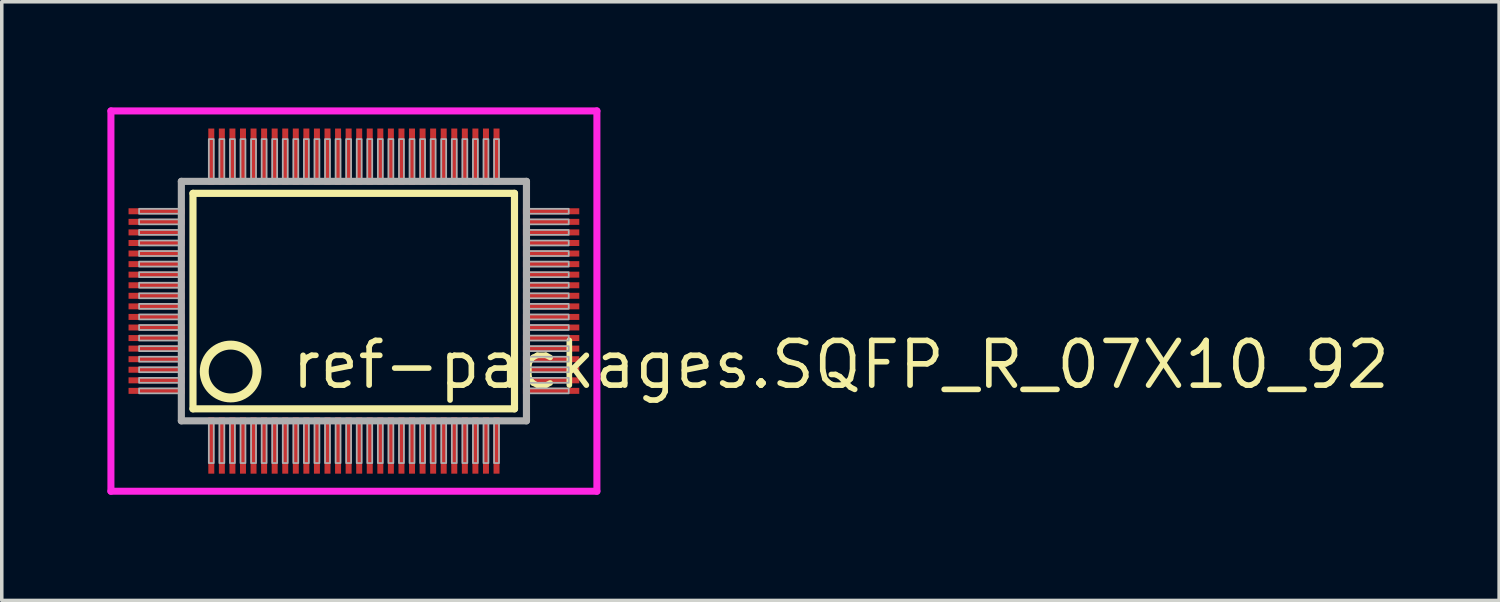
<source format=kicad_pcb>
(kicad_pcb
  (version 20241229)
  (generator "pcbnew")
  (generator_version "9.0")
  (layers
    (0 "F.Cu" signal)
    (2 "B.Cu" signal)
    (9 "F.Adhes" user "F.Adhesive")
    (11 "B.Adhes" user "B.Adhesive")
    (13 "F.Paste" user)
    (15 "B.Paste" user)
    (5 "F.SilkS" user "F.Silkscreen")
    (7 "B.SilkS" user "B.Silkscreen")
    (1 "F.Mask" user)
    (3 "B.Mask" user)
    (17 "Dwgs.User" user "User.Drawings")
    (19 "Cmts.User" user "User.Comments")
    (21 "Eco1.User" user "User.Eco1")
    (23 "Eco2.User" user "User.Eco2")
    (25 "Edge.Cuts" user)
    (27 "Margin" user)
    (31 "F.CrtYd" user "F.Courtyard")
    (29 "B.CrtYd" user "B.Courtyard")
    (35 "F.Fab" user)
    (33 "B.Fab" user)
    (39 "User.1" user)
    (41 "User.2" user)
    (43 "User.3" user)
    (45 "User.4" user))
  (footprint "ref-packages.SQFP_R_07X10_92"
    (layer "F.Cu")
    (at 7 5.5)
    (property "Reference" "ref-packages.SQFP_R_07X10_92" (at -1.85 2.55 0) (layer "F.SilkS") (effects (font (size 1.27 1.27) (thickness 0.16)) (justify left bottom)))
    (attr smd)
    (fp_line (start -4.57 -3.06) (end 4.56 -3.06) (stroke (width 0.203) (type default)) (layer "F.SilkS"))
    (fp_line (start -4.57 3.06) (end -4.57 -3.06) (stroke (width 0.203) (type default)) (layer "F.SilkS"))
    (fp_line (start 4.56 -3.06) (end 4.56 3.06) (stroke (width 0.203) (type default)) (layer "F.SilkS"))
    (fp_line (start 4.56 3.06) (end -4.57 3.06) (stroke (width 0.203) (type default)) (layer "F.SilkS"))
    (fp_circle (center -3.5 2) (end -2.75 2) (stroke (width 0.254) (type default)) (fill no) (layer "F.SilkS"))
    (fp_line (start -6.9 -5.4) (end 6.9 -5.4) (stroke (width 0.2) (type default)) (layer "F.CrtYd"))
    (fp_line (start -6.9 5.4) (end -6.9 -5.4) (stroke (width 0.2) (type default)) (layer "F.CrtYd"))
    (fp_line (start 6.9 -5.4) (end 6.9 5.4) (stroke (width 0.2) (type default)) (layer "F.CrtYd"))
    (fp_line (start 6.9 5.4) (end -6.9 5.4) (stroke (width 0.2) (type default)) (layer "F.CrtYd"))
    (fp_line (start -4.9 -3.4) (end -4.9 3.4) (stroke (width 0.203) (type default)) (layer "F.Fab"))
    (fp_line (start -4.9 3.4) (end 4.9 3.4) (stroke (width 0.203) (type default)) (layer "F.Fab"))
    (fp_line (start 4.9 -3.4) (end -4.9 -3.4) (stroke (width 0.203) (type default)) (layer "F.Fab"))
    (fp_line (start 4.9 3.4) (end 4.9 -3.4) (stroke (width 0.203) (type default)) (layer "F.Fab"))
    (fp_rect (start -6.1 -2.48) (end -4.95 -2.62) (stroke (width 0.05) (type default)) (fill no) (layer "F.Fab"))
    (fp_rect (start -6.1 -2.18) (end -4.95 -2.32) (stroke (width 0.05) (type default)) (fill no) (layer "F.Fab"))
    (fp_rect (start -6.1 -1.88) (end -4.95 -2.02) (stroke (width 0.05) (type default)) (fill no) (layer "F.Fab"))
    (fp_rect (start -6.1 -1.58) (end -4.95 -1.72) (stroke (width 0.05) (type default)) (fill no) (layer "F.Fab"))
    (fp_rect (start -6.1 -1.28) (end -4.95 -1.42) (stroke (width 0.05) (type default)) (fill no) (layer "F.Fab"))
    (fp_rect (start -6.1 -0.98) (end -4.95 -1.12) (stroke (width 0.05) (type default)) (fill no) (layer "F.Fab"))
    (fp_rect (start -6.1 -0.68) (end -4.95 -0.82) (stroke (width 0.05) (type default)) (fill no) (layer "F.Fab"))
    (fp_rect (start -6.1 -0.38) (end -4.95 -0.52) (stroke (width 0.05) (type default)) (fill no) (layer "F.Fab"))
    (fp_rect (start -6.1 -0.08) (end -4.95 -0.22) (stroke (width 0.05) (type default)) (fill no) (layer "F.Fab"))
    (fp_rect (start -6.1 0.22) (end -4.95 0.08) (stroke (width 0.05) (type default)) (fill no) (layer "F.Fab"))
    (fp_rect (start -6.1 0.52) (end -4.95 0.38) (stroke (width 0.05) (type default)) (fill no) (layer "F.Fab"))
    (fp_rect (start -6.1 0.82) (end -4.95 0.68) (stroke (width 0.05) (type default)) (fill no) (layer "F.Fab"))
    (fp_rect (start -6.1 1.12) (end -4.95 0.98) (stroke (width 0.05) (type default)) (fill no) (layer "F.Fab"))
    (fp_rect (start -6.1 1.42) (end -4.95 1.28) (stroke (width 0.05) (type default)) (fill no) (layer "F.Fab"))
    (fp_rect (start -6.1 1.72) (end -4.95 1.58) (stroke (width 0.05) (type default)) (fill no) (layer "F.Fab"))
    (fp_rect (start -6.1 2.02) (end -4.95 1.88) (stroke (width 0.05) (type default)) (fill no) (layer "F.Fab"))
    (fp_rect (start -6.1 2.32) (end -4.95 2.18) (stroke (width 0.05) (type default)) (fill no) (layer "F.Fab"))
    (fp_rect (start -6.1 2.62) (end -4.95 2.48) (stroke (width 0.05) (type default)) (fill no) (layer "F.Fab"))
    (fp_rect (start -4.12 -3.45) (end -3.98 -4.6) (stroke (width 0.05) (type default)) (fill no) (layer "F.Fab"))
    (fp_rect (start -4.12 4.6) (end -3.98 3.45) (stroke (width 0.05) (type default)) (fill no) (layer "F.Fab"))
    (fp_rect (start -3.82 -3.45) (end -3.68 -4.6) (stroke (width 0.05) (type default)) (fill no) (layer "F.Fab"))
    (fp_rect (start -3.82 4.6) (end -3.68 3.45) (stroke (width 0.05) (type default)) (fill no) (layer "F.Fab"))
    (fp_rect (start -3.52 -3.45) (end -3.38 -4.6) (stroke (width 0.05) (type default)) (fill no) (layer "F.Fab"))
    (fp_rect (start -3.52 4.6) (end -3.38 3.45) (stroke (width 0.05) (type default)) (fill no) (layer "F.Fab"))
    (fp_rect (start -3.22 -3.45) (end -3.08 -4.6) (stroke (width 0.05) (type default)) (fill no) (layer "F.Fab"))
    (fp_rect (start -3.22 4.6) (end -3.08 3.45) (stroke (width 0.05) (type default)) (fill no) (layer "F.Fab"))
    (fp_rect (start -2.92 -3.45) (end -2.78 -4.6) (stroke (width 0.05) (type default)) (fill no) (layer "F.Fab"))
    (fp_rect (start -2.92 4.6) (end -2.78 3.45) (stroke (width 0.05) (type default)) (fill no) (layer "F.Fab"))
    (fp_rect (start -2.62 -3.45) (end -2.48 -4.6) (stroke (width 0.05) (type default)) (fill no) (layer "F.Fab"))
    (fp_rect (start -2.62 4.6) (end -2.48 3.45) (stroke (width 0.05) (type default)) (fill no) (layer "F.Fab"))
    (fp_rect (start -2.32 -3.45) (end -2.18 -4.6) (stroke (width 0.05) (type default)) (fill no) (layer "F.Fab"))
    (fp_rect (start -2.32 4.6) (end -2.18 3.45) (stroke (width 0.05) (type default)) (fill no) (layer "F.Fab"))
    (fp_rect (start -2.02 -3.45) (end -1.88 -4.6) (stroke (width 0.05) (type default)) (fill no) (layer "F.Fab"))
    (fp_rect (start -2.02 4.6) (end -1.88 3.45) (stroke (width 0.05) (type default)) (fill no) (layer "F.Fab"))
    (fp_rect (start -1.72 -3.45) (end -1.58 -4.6) (stroke (width 0.05) (type default)) (fill no) (layer "F.Fab"))
    (fp_rect (start -1.72 4.6) (end -1.58 3.45) (stroke (width 0.05) (type default)) (fill no) (layer "F.Fab"))
    (fp_rect (start -1.42 -3.45) (end -1.28 -4.6) (stroke (width 0.05) (type default)) (fill no) (layer "F.Fab"))
    (fp_rect (start -1.42 4.6) (end -1.28 3.45) (stroke (width 0.05) (type default)) (fill no) (layer "F.Fab"))
    (fp_rect (start -1.12 -3.45) (end -0.98 -4.6) (stroke (width 0.05) (type default)) (fill no) (layer "F.Fab"))
    (fp_rect (start -1.12 4.6) (end -0.98 3.45) (stroke (width 0.05) (type default)) (fill no) (layer "F.Fab"))
    (fp_rect (start -0.82 -3.45) (end -0.68 -4.6) (stroke (width 0.05) (type default)) (fill no) (layer "F.Fab"))
    (fp_rect (start -0.82 4.6) (end -0.68 3.45) (stroke (width 0.05) (type default)) (fill no) (layer "F.Fab"))
    (fp_rect (start -0.52 -3.45) (end -0.38 -4.6) (stroke (width 0.05) (type default)) (fill no) (layer "F.Fab"))
    (fp_rect (start -0.52 4.6) (end -0.38 3.45) (stroke (width 0.05) (type default)) (fill no) (layer "F.Fab"))
    (fp_rect (start -0.22 -3.45) (end -0.08 -4.6) (stroke (width 0.05) (type default)) (fill no) (layer "F.Fab"))
    (fp_rect (start -0.22 4.6) (end -0.08 3.45) (stroke (width 0.05) (type default)) (fill no) (layer "F.Fab"))
    (fp_rect (start 0.08 -3.45) (end 0.22 -4.6) (stroke (width 0.05) (type default)) (fill no) (layer "F.Fab"))
    (fp_rect (start 0.08 4.6) (end 0.22 3.45) (stroke (width 0.05) (type default)) (fill no) (layer "F.Fab"))
    (fp_rect (start 0.38 -3.45) (end 0.52 -4.6) (stroke (width 0.05) (type default)) (fill no) (layer "F.Fab"))
    (fp_rect (start 0.38 4.6) (end 0.52 3.45) (stroke (width 0.05) (type default)) (fill no) (layer "F.Fab"))
    (fp_rect (start 0.68 -3.45) (end 0.82 -4.6) (stroke (width 0.05) (type default)) (fill no) (layer "F.Fab"))
    (fp_rect (start 0.68 4.6) (end 0.82 3.45) (stroke (width 0.05) (type default)) (fill no) (layer "F.Fab"))
    (fp_rect (start 0.98 -3.45) (end 1.12 -4.6) (stroke (width 0.05) (type default)) (fill no) (layer "F.Fab"))
    (fp_rect (start 0.98 4.6) (end 1.12 3.45) (stroke (width 0.05) (type default)) (fill no) (layer "F.Fab"))
    (fp_rect (start 1.28 -3.45) (end 1.42 -4.6) (stroke (width 0.05) (type default)) (fill no) (layer "F.Fab"))
    (fp_rect (start 1.28 4.6) (end 1.42 3.45) (stroke (width 0.05) (type default)) (fill no) (layer "F.Fab"))
    (fp_rect (start 1.58 -3.45) (end 1.72 -4.6) (stroke (width 0.05) (type default)) (fill no) (layer "F.Fab"))
    (fp_rect (start 1.58 4.6) (end 1.72 3.45) (stroke (width 0.05) (type default)) (fill no) (layer "F.Fab"))
    (fp_rect (start 1.88 -3.45) (end 2.02 -4.6) (stroke (width 0.05) (type default)) (fill no) (layer "F.Fab"))
    (fp_rect (start 1.88 4.6) (end 2.02 3.45) (stroke (width 0.05) (type default)) (fill no) (layer "F.Fab"))
    (fp_rect (start 2.18 -3.45) (end 2.32 -4.6) (stroke (width 0.05) (type default)) (fill no) (layer "F.Fab"))
    (fp_rect (start 2.18 4.6) (end 2.32 3.45) (stroke (width 0.05) (type default)) (fill no) (layer "F.Fab"))
    (fp_rect (start 2.48 -3.45) (end 2.62 -4.6) (stroke (width 0.05) (type default)) (fill no) (layer "F.Fab"))
    (fp_rect (start 2.48 4.6) (end 2.62 3.45) (stroke (width 0.05) (type default)) (fill no) (layer "F.Fab"))
    (fp_rect (start 2.78 -3.45) (end 2.92 -4.6) (stroke (width 0.05) (type default)) (fill no) (layer "F.Fab"))
    (fp_rect (start 2.78 4.6) (end 2.92 3.45) (stroke (width 0.05) (type default)) (fill no) (layer "F.Fab"))
    (fp_rect (start 3.08 -3.45) (end 3.22 -4.6) (stroke (width 0.05) (type default)) (fill no) (layer "F.Fab"))
    (fp_rect (start 3.08 4.6) (end 3.22 3.45) (stroke (width 0.05) (type default)) (fill no) (layer "F.Fab"))
    (fp_rect (start 3.38 -3.45) (end 3.52 -4.6) (stroke (width 0.05) (type default)) (fill no) (layer "F.Fab"))
    (fp_rect (start 3.38 4.6) (end 3.52 3.45) (stroke (width 0.05) (type default)) (fill no) (layer "F.Fab"))
    (fp_rect (start 3.68 -3.45) (end 3.82 -4.6) (stroke (width 0.05) (type default)) (fill no) (layer "F.Fab"))
    (fp_rect (start 3.68 4.6) (end 3.82 3.45) (stroke (width 0.05) (type default)) (fill no) (layer "F.Fab"))
    (fp_rect (start 3.98 -3.45) (end 4.12 -4.6) (stroke (width 0.05) (type default)) (fill no) (layer "F.Fab"))
    (fp_rect (start 3.98 4.6) (end 4.12 3.45) (stroke (width 0.05) (type default)) (fill no) (layer "F.Fab"))
    (fp_rect (start 4.95 -2.48) (end 6.1 -2.62) (stroke (width 0.05) (type default)) (fill no) (layer "F.Fab"))
    (fp_rect (start 4.95 -2.18) (end 6.1 -2.32) (stroke (width 0.05) (type default)) (fill no) (layer "F.Fab"))
    (fp_rect (start 4.95 -1.88) (end 6.1 -2.02) (stroke (width 0.05) (type default)) (fill no) (layer "F.Fab"))
    (fp_rect (start 4.95 -1.58) (end 6.1 -1.72) (stroke (width 0.05) (type default)) (fill no) (layer "F.Fab"))
    (fp_rect (start 4.95 -1.28) (end 6.1 -1.42) (stroke (width 0.05) (type default)) (fill no) (layer "F.Fab"))
    (fp_rect (start 4.95 -0.98) (end 6.1 -1.12) (stroke (width 0.05) (type default)) (fill no) (layer "F.Fab"))
    (fp_rect (start 4.95 -0.68) (end 6.1 -0.82) (stroke (width 0.05) (type default)) (fill no) (layer "F.Fab"))
    (fp_rect (start 4.95 -0.38) (end 6.1 -0.52) (stroke (width 0.05) (type default)) (fill no) (layer "F.Fab"))
    (fp_rect (start 4.95 -0.08) (end 6.1 -0.22) (stroke (width 0.05) (type default)) (fill no) (layer "F.Fab"))
    (fp_rect (start 4.95 0.22) (end 6.1 0.08) (stroke (width 0.05) (type default)) (fill no) (layer "F.Fab"))
    (fp_rect (start 4.95 0.52) (end 6.1 0.38) (stroke (width 0.05) (type default)) (fill no) (layer "F.Fab"))
    (fp_rect (start 4.95 0.82) (end 6.1 0.68) (stroke (width 0.05) (type default)) (fill no) (layer "F.Fab"))
    (fp_rect (start 4.95 1.12) (end 6.1 0.98) (stroke (width 0.05) (type default)) (fill no) (layer "F.Fab"))
    (fp_rect (start 4.95 1.42) (end 6.1 1.28) (stroke (width 0.05) (type default)) (fill no) (layer "F.Fab"))
    (fp_rect (start 4.95 1.72) (end 6.1 1.58) (stroke (width 0.05) (type default)) (fill no) (layer "F.Fab"))
    (fp_rect (start 4.95 2.02) (end 6.1 1.88) (stroke (width 0.05) (type default)) (fill no) (layer "F.Fab"))
    (fp_rect (start 4.95 2.32) (end 6.1 2.18) (stroke (width 0.05) (type default)) (fill no) (layer "F.Fab"))
    (fp_rect (start 4.95 2.62) (end 6.1 2.48) (stroke (width 0.05) (type default)) (fill no) (layer "F.Fab"))
    (pad "1" smd roundrect (at -4.05 4.1) (size 0.17 1.6) (layers "F.Cu" "F.Mask" "F.Paste") (roundrect_rratio 0.01))
    (pad "2" smd roundrect (at -3.75 4.1) (size 0.17 1.6) (layers "F.Cu" "F.Mask" "F.Paste") (roundrect_rratio 0.01))
    (pad "3" smd roundrect (at -3.45 4.1) (size 0.17 1.6) (layers "F.Cu" "F.Mask" "F.Paste") (roundrect_rratio 0.01))
    (pad "4" smd roundrect (at -3.15 4.1) (size 0.17 1.6) (layers "F.Cu" "F.Mask" "F.Paste") (roundrect_rratio 0.01))
    (pad "5" smd roundrect (at -2.85 4.1) (size 0.17 1.6) (layers "F.Cu" "F.Mask" "F.Paste") (roundrect_rratio 0.01))
    (pad "6" smd roundrect (at -2.55 4.1) (size 0.17 1.6) (layers "F.Cu" "F.Mask" "F.Paste") (roundrect_rratio 0.01))
    (pad "7" smd roundrect (at -2.25 4.1) (size 0.17 1.6) (layers "F.Cu" "F.Mask" "F.Paste") (roundrect_rratio 0.01))
    (pad "8" smd roundrect (at -1.95 4.1) (size 0.17 1.6) (layers "F.Cu" "F.Mask" "F.Paste") (roundrect_rratio 0.01))
    (pad "9" smd roundrect (at -1.65 4.1) (size 0.17 1.6) (layers "F.Cu" "F.Mask" "F.Paste") (roundrect_rratio 0.01))
    (pad "10" smd roundrect (at -1.35 4.1) (size 0.17 1.6) (layers "F.Cu" "F.Mask" "F.Paste") (roundrect_rratio 0.01))
    (pad "11" smd roundrect (at -1.05 4.1) (size 0.17 1.6) (layers "F.Cu" "F.Mask" "F.Paste") (roundrect_rratio 0.01))
    (pad "12" smd roundrect (at -0.75 4.1) (size 0.17 1.6) (layers "F.Cu" "F.Mask" "F.Paste") (roundrect_rratio 0.01))
    (pad "13" smd roundrect (at -0.45 4.1) (size 0.17 1.6) (layers "F.Cu" "F.Mask" "F.Paste") (roundrect_rratio 0.01))
    (pad "14" smd roundrect (at -0.15 4.1) (size 0.17 1.6) (layers "F.Cu" "F.Mask" "F.Paste") (roundrect_rratio 0.01))
    (pad "15" smd roundrect (at 0.15 4.1) (size 0.17 1.6) (layers "F.Cu" "F.Mask" "F.Paste") (roundrect_rratio 0.01))
    (pad "16" smd roundrect (at 0.45 4.1) (size 0.17 1.6) (layers "F.Cu" "F.Mask" "F.Paste") (roundrect_rratio 0.01))
    (pad "17" smd roundrect (at 0.75 4.1) (size 0.17 1.6) (layers "F.Cu" "F.Mask" "F.Paste") (roundrect_rratio 0.01))
    (pad "18" smd roundrect (at 1.05 4.1) (size 0.17 1.6) (layers "F.Cu" "F.Mask" "F.Paste") (roundrect_rratio 0.01))
    (pad "19" smd roundrect (at 1.35 4.1) (size 0.17 1.6) (layers "F.Cu" "F.Mask" "F.Paste") (roundrect_rratio 0.01))
    (pad "20" smd roundrect (at 1.65 4.1) (size 0.17 1.6) (layers "F.Cu" "F.Mask" "F.Paste") (roundrect_rratio 0.01))
    (pad "21" smd roundrect (at 1.95 4.1) (size 0.17 1.6) (layers "F.Cu" "F.Mask" "F.Paste") (roundrect_rratio 0.01))
    (pad "22" smd roundrect (at 2.25 4.1) (size 0.17 1.6) (layers "F.Cu" "F.Mask" "F.Paste") (roundrect_rratio 0.01))
    (pad "23" smd roundrect (at 2.55 4.1) (size 0.17 1.6) (layers "F.Cu" "F.Mask" "F.Paste") (roundrect_rratio 0.01))
    (pad "24" smd roundrect (at 2.85 4.1) (size 0.17 1.6) (layers "F.Cu" "F.Mask" "F.Paste") (roundrect_rratio 0.01))
    (pad "25" smd roundrect (at 3.15 4.1) (size 0.17 1.6) (layers "F.Cu" "F.Mask" "F.Paste") (roundrect_rratio 0.01))
    (pad "26" smd roundrect (at 3.45 4.1) (size 0.17 1.6) (layers "F.Cu" "F.Mask" "F.Paste") (roundrect_rratio 0.01))
    (pad "27" smd roundrect (at 3.75 4.1) (size 0.17 1.6) (layers "F.Cu" "F.Mask" "F.Paste") (roundrect_rratio 0.01))
    (pad "28" smd roundrect (at 4.05 4.1) (size 0.17 1.6) (layers "F.Cu" "F.Mask" "F.Paste") (roundrect_rratio 0.01))
    (pad "29" smd roundrect (at 5.6 2.55) (size 1.6 0.17) (layers "F.Cu" "F.Mask" "F.Paste") (roundrect_rratio 0.01))
    (pad "30" smd roundrect (at 5.6 2.25) (size 1.6 0.17) (layers "F.Cu" "F.Mask" "F.Paste") (roundrect_rratio 0.01))
    (pad "31" smd roundrect (at 5.6 1.95) (size 1.6 0.17) (layers "F.Cu" "F.Mask" "F.Paste") (roundrect_rratio 0.01))
    (pad "32" smd roundrect (at 5.6 1.65) (size 1.6 0.17) (layers "F.Cu" "F.Mask" "F.Paste") (roundrect_rratio 0.01))
    (pad "33" smd roundrect (at 5.6 1.35) (size 1.6 0.17) (layers "F.Cu" "F.Mask" "F.Paste") (roundrect_rratio 0.01))
    (pad "34" smd roundrect (at 5.6 1.05) (size 1.6 0.17) (layers "F.Cu" "F.Mask" "F.Paste") (roundrect_rratio 0.01))
    (pad "35" smd roundrect (at 5.6 0.75) (size 1.6 0.17) (layers "F.Cu" "F.Mask" "F.Paste") (roundrect_rratio 0.01))
    (pad "36" smd roundrect (at 5.6 0.45) (size 1.6 0.17) (layers "F.Cu" "F.Mask" "F.Paste") (roundrect_rratio 0.01))
    (pad "37" smd roundrect (at 5.6 0.15) (size 1.6 0.17) (layers "F.Cu" "F.Mask" "F.Paste") (roundrect_rratio 0.01))
    (pad "38" smd roundrect (at 5.6 -0.15) (size 1.6 0.17) (layers "F.Cu" "F.Mask" "F.Paste") (roundrect_rratio 0.01))
    (pad "39" smd roundrect (at 5.6 -0.45) (size 1.6 0.17) (layers "F.Cu" "F.Mask" "F.Paste") (roundrect_rratio 0.01))
    (pad "40" smd roundrect (at 5.6 -0.75) (size 1.6 0.17) (layers "F.Cu" "F.Mask" "F.Paste") (roundrect_rratio 0.01))
    (pad "41" smd roundrect (at 5.6 -1.05) (size 1.6 0.17) (layers "F.Cu" "F.Mask" "F.Paste") (roundrect_rratio 0.01))
    (pad "42" smd roundrect (at 5.6 -1.35) (size 1.6 0.17) (layers "F.Cu" "F.Mask" "F.Paste") (roundrect_rratio 0.01))
    (pad "43" smd roundrect (at 5.6 -1.65) (size 1.6 0.17) (layers "F.Cu" "F.Mask" "F.Paste") (roundrect_rratio 0.01))
    (pad "44" smd roundrect (at 5.6 -1.95) (size 1.6 0.17) (layers "F.Cu" "F.Mask" "F.Paste") (roundrect_rratio 0.01))
    (pad "45" smd roundrect (at 5.6 -2.25) (size 1.6 0.17) (layers "F.Cu" "F.Mask" "F.Paste") (roundrect_rratio 0.01))
    (pad "46" smd roundrect (at 5.6 -2.55) (size 1.6 0.17) (layers "F.Cu" "F.Mask" "F.Paste") (roundrect_rratio 0.01))
    (pad "47" smd roundrect (at 4.05 -4.1) (size 0.17 1.6) (layers "F.Cu" "F.Mask" "F.Paste") (roundrect_rratio 0.01))
    (pad "48" smd roundrect (at 3.75 -4.1) (size 0.17 1.6) (layers "F.Cu" "F.Mask" "F.Paste") (roundrect_rratio 0.01))
    (pad "49" smd roundrect (at 3.45 -4.1) (size 0.17 1.6) (layers "F.Cu" "F.Mask" "F.Paste") (roundrect_rratio 0.01))
    (pad "50" smd roundrect (at 3.15 -4.1) (size 0.17 1.6) (layers "F.Cu" "F.Mask" "F.Paste") (roundrect_rratio 0.01))
    (pad "51" smd roundrect (at 2.85 -4.1) (size 0.17 1.6) (layers "F.Cu" "F.Mask" "F.Paste") (roundrect_rratio 0.01))
    (pad "52" smd roundrect (at 2.55 -4.1) (size 0.17 1.6) (layers "F.Cu" "F.Mask" "F.Paste") (roundrect_rratio 0.01))
    (pad "53" smd roundrect (at 2.25 -4.1) (size 0.17 1.6) (layers "F.Cu" "F.Mask" "F.Paste") (roundrect_rratio 0.01))
    (pad "54" smd roundrect (at 1.95 -4.1) (size 0.17 1.6) (layers "F.Cu" "F.Mask" "F.Paste") (roundrect_rratio 0.01))
    (pad "55" smd roundrect (at 1.65 -4.1) (size 0.17 1.6) (layers "F.Cu" "F.Mask" "F.Paste") (roundrect_rratio 0.01))
    (pad "56" smd roundrect (at 1.35 -4.1) (size 0.17 1.6) (layers "F.Cu" "F.Mask" "F.Paste") (roundrect_rratio 0.01))
    (pad "57" smd roundrect (at 1.05 -4.1) (size 0.17 1.6) (layers "F.Cu" "F.Mask" "F.Paste") (roundrect_rratio 0.01))
    (pad "58" smd roundrect (at 0.75 -4.1) (size 0.17 1.6) (layers "F.Cu" "F.Mask" "F.Paste") (roundrect_rratio 0.01))
    (pad "59" smd roundrect (at 0.45 -4.1) (size 0.17 1.6) (layers "F.Cu" "F.Mask" "F.Paste") (roundrect_rratio 0.01))
    (pad "60" smd roundrect (at 0.15 -4.1) (size 0.17 1.6) (layers "F.Cu" "F.Mask" "F.Paste") (roundrect_rratio 0.01))
    (pad "61" smd roundrect (at -0.15 -4.1) (size 0.17 1.6) (layers "F.Cu" "F.Mask" "F.Paste") (roundrect_rratio 0.01))
    (pad "62" smd roundrect (at -0.45 -4.1) (size 0.17 1.6) (layers "F.Cu" "F.Mask" "F.Paste") (roundrect_rratio 0.01))
    (pad "63" smd roundrect (at -0.75 -4.1) (size 0.17 1.6) (layers "F.Cu" "F.Mask" "F.Paste") (roundrect_rratio 0.01))
    (pad "64" smd roundrect (at -1.05 -4.1) (size 0.17 1.6) (layers "F.Cu" "F.Mask" "F.Paste") (roundrect_rratio 0.01))
    (pad "65" smd roundrect (at -1.35 -4.1) (size 0.17 1.6) (layers "F.Cu" "F.Mask" "F.Paste") (roundrect_rratio 0.01))
    (pad "66" smd roundrect (at -1.65 -4.1) (size 0.17 1.6) (layers "F.Cu" "F.Mask" "F.Paste") (roundrect_rratio 0.01))
    (pad "67" smd roundrect (at -1.95 -4.1) (size 0.17 1.6) (layers "F.Cu" "F.Mask" "F.Paste") (roundrect_rratio 0.01))
    (pad "68" smd roundrect (at -2.25 -4.1) (size 0.17 1.6) (layers "F.Cu" "F.Mask" "F.Paste") (roundrect_rratio 0.01))
    (pad "69" smd roundrect (at -2.55 -4.1) (size 0.17 1.6) (layers "F.Cu" "F.Mask" "F.Paste") (roundrect_rratio 0.01))
    (pad "70" smd roundrect (at -2.85 -4.1) (size 0.17 1.6) (layers "F.Cu" "F.Mask" "F.Paste") (roundrect_rratio 0.01))
    (pad "71" smd roundrect (at -3.15 -4.1) (size 0.17 1.6) (layers "F.Cu" "F.Mask" "F.Paste") (roundrect_rratio 0.01))
    (pad "72" smd roundrect (at -3.45 -4.1) (size 0.17 1.6) (layers "F.Cu" "F.Mask" "F.Paste") (roundrect_rratio 0.01))
    (pad "73" smd roundrect (at -3.75 -4.1) (size 0.17 1.6) (layers "F.Cu" "F.Mask" "F.Paste") (roundrect_rratio 0.01))
    (pad "74" smd roundrect (at -4.05 -4.1) (size 0.17 1.6) (layers "F.Cu" "F.Mask" "F.Paste") (roundrect_rratio 0.01))
    (pad "75" smd roundrect (at -5.6 -2.55) (size 1.6 0.17) (layers "F.Cu" "F.Mask" "F.Paste") (roundrect_rratio 0.01))
    (pad "76" smd roundrect (at -5.6 -2.25) (size 1.6 0.17) (layers "F.Cu" "F.Mask" "F.Paste") (roundrect_rratio 0.01))
    (pad "77" smd roundrect (at -5.6 -1.95) (size 1.6 0.17) (layers "F.Cu" "F.Mask" "F.Paste") (roundrect_rratio 0.01))
    (pad "78" smd roundrect (at -5.6 -1.65) (size 1.6 0.17) (layers "F.Cu" "F.Mask" "F.Paste") (roundrect_rratio 0.01))
    (pad "79" smd roundrect (at -5.6 -1.35) (size 1.6 0.17) (layers "F.Cu" "F.Mask" "F.Paste") (roundrect_rratio 0.01))
    (pad "80" smd roundrect (at -5.6 -1.05) (size 1.6 0.17) (layers "F.Cu" "F.Mask" "F.Paste") (roundrect_rratio 0.01))
    (pad "81" smd roundrect (at -5.6 -0.75) (size 1.6 0.17) (layers "F.Cu" "F.Mask" "F.Paste") (roundrect_rratio 0.01))
    (pad "82" smd roundrect (at -5.6 -0.45) (size 1.6 0.17) (layers "F.Cu" "F.Mask" "F.Paste") (roundrect_rratio 0.01))
    (pad "83" smd roundrect (at -5.6 -0.15) (size 1.6 0.17) (layers "F.Cu" "F.Mask" "F.Paste") (roundrect_rratio 0.01))
    (pad "84" smd roundrect (at -5.6 0.15) (size 1.6 0.17) (layers "F.Cu" "F.Mask" "F.Paste") (roundrect_rratio 0.01))
    (pad "85" smd roundrect (at -5.6 0.45) (size 1.6 0.17) (layers "F.Cu" "F.Mask" "F.Paste") (roundrect_rratio 0.01))
    (pad "86" smd roundrect (at -5.6 0.75) (size 1.6 0.17) (layers "F.Cu" "F.Mask" "F.Paste") (roundrect_rratio 0.01))
    (pad "87" smd roundrect (at -5.6 1.05) (size 1.6 0.17) (layers "F.Cu" "F.Mask" "F.Paste") (roundrect_rratio 0.01))
    (pad "88" smd roundrect (at -5.6 1.35) (size 1.6 0.17) (layers "F.Cu" "F.Mask" "F.Paste") (roundrect_rratio 0.01))
    (pad "89" smd roundrect (at -5.6 1.65) (size 1.6 0.17) (layers "F.Cu" "F.Mask" "F.Paste") (roundrect_rratio 0.01))
    (pad "90" smd roundrect (at -5.6 1.95) (size 1.6 0.17) (layers "F.Cu" "F.Mask" "F.Paste") (roundrect_rratio 0.01))
    (pad "91" smd roundrect (at -5.6 2.25) (size 1.6 0.17) (layers "F.Cu" "F.Mask" "F.Paste") (roundrect_rratio 0.01))
    (pad "92" smd roundrect (at -5.6 2.55) (size 1.6 0.17) (layers "F.Cu" "F.Mask" "F.Paste") (roundrect_rratio 0.01)))
  (gr_rect
    (start -3 -3)
    (end 39.521 14)
    (stroke (width 0.1) (type default))
    (fill no)
    (layer "Edge.Cuts")))
</source>
